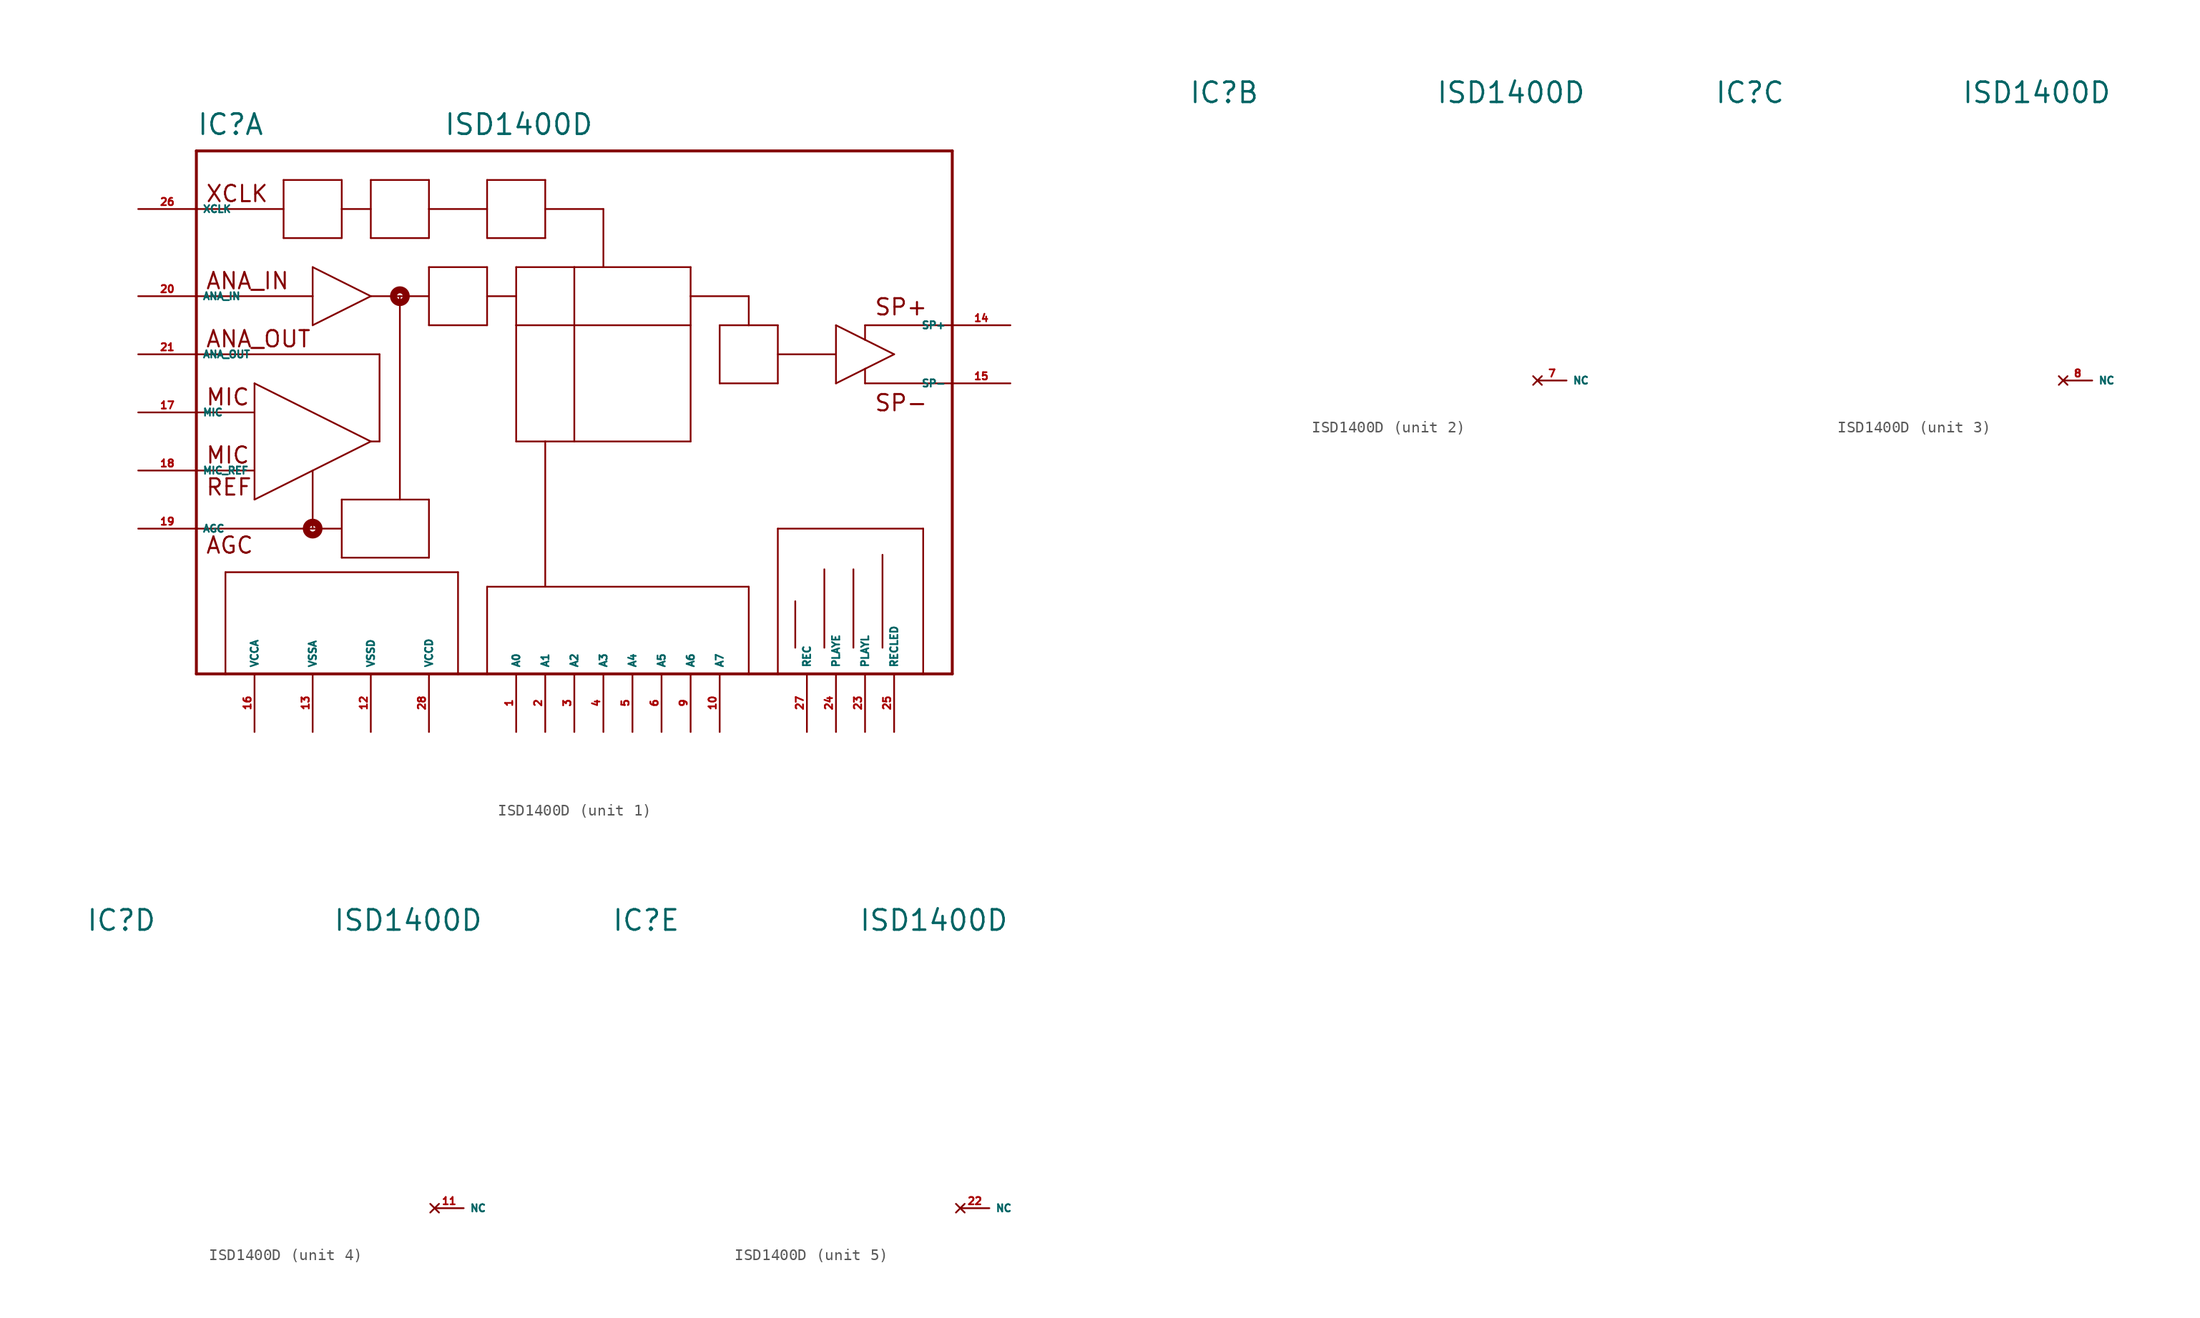
<source format=kicad_sym>
(kicad_symbol_lib
  (version 20220914)
  (generator Eagle2Kicad)
  (symbol "ISD1400D"
    (property "Reference" "IC"
      (at -33.02 24.13 0)
      (effects (font (size 1.778 1.778) (thickness 0.22)) (justify left bottom)))
    (property "Value" "ISD1400D"
      (at -11.43 24.13 0)
      (effects (font (size 1.778 1.778) (thickness 0.22)) (justify left bottom)))
    (symbol "ISD1400D_1_0"
      (polyline (pts (xy -33.02 22.86) (xy -33.02 17.78)) (stroke (width 0.254) (type default)) (fill (type none)))
      (polyline (pts (xy -33.02 17.78) (xy -33.02 10.16)) (stroke (width 0.254) (type default)) (fill (type none)))
      (polyline (pts (xy -33.02 10.16) (xy -33.02 5.08)) (stroke (width 0.254) (type default)) (fill (type none)))
      (polyline (pts (xy -33.02 5.08) (xy -33.02 0)) (stroke (width 0.254) (type default)) (fill (type none)))
      (polyline (pts (xy -33.02 0) (xy -33.02 -5.08)) (stroke (width 0.254) (type default)) (fill (type none)))
      (polyline (pts (xy -33.02 -5.08) (xy -33.02 -10.16)) (stroke (width 0.254) (type default)) (fill (type none)))
      (polyline (pts (xy -33.02 -10.16) (xy -33.02 -22.86)) (stroke (width 0.254) (type default)) (fill (type none)))
      (polyline (pts (xy -33.02 -22.86) (xy -30.48 -22.86)) (stroke (width 0.254) (type default)) (fill (type none)))
      (polyline (pts (xy -30.48 -22.86) (xy -10.16 -22.86)) (stroke (width 0.254) (type default)) (fill (type none)))
      (polyline (pts (xy -10.16 -22.86) (xy -7.62 -22.86)) (stroke (width 0.254) (type default)) (fill (type none)))
      (polyline (pts (xy -7.62 -22.86) (xy 15.24 -22.86)) (stroke (width 0.254) (type default)) (fill (type none)))
      (polyline (pts (xy 15.24 -22.86) (xy 17.78 -22.86)) (stroke (width 0.254) (type default)) (fill (type none)))
      (polyline (pts (xy 17.78 -22.86) (xy 30.48 -22.86)) (stroke (width 0.254) (type default)) (fill (type none)))
      (polyline (pts (xy 30.48 -22.86) (xy 33.02 -22.86)) (stroke (width 0.254) (type default)) (fill (type none)))
      (polyline (pts (xy 33.02 -22.86) (xy 33.02 2.54)) (stroke (width 0.254) (type default)) (fill (type none)))
      (polyline (pts (xy 33.02 2.54) (xy 33.02 7.62)) (stroke (width 0.254) (type default)) (fill (type none)))
      (polyline (pts (xy 33.02 7.62) (xy 33.02 22.86)) (stroke (width 0.254) (type default)) (fill (type none)))
      (polyline (pts (xy 33.02 22.86) (xy -33.02 22.86)) (stroke (width 0.254) (type default)) (fill (type none)))
      (polyline (pts (xy -33.02 17.78) (xy -25.4 17.78)) (stroke (width 0.152) (type default)) (fill (type none)))
      (polyline (pts (xy -33.02 10.16) (xy -22.86 10.16)) (stroke (width 0.152) (type default)) (fill (type none)))
      (polyline (pts (xy -22.86 10.16) (xy -22.86 12.7)) (stroke (width 0.152) (type default)) (fill (type none)))
      (polyline (pts (xy -22.86 12.7) (xy -17.78 10.16)) (stroke (width 0.152) (type default)) (fill (type none)))
      (polyline (pts (xy -17.78 10.16) (xy -22.86 7.62)) (stroke (width 0.152) (type default)) (fill (type none)))
      (polyline (pts (xy -22.86 7.62) (xy -22.86 10.16)) (stroke (width 0.152) (type default)) (fill (type none)))
      (polyline (pts (xy -33.02 0) (xy -27.94 0)) (stroke (width 0.152) (type default)) (fill (type none)))
      (polyline (pts (xy -33.02 -5.08) (xy -27.94 -5.08)) (stroke (width 0.152) (type default)) (fill (type none)))
      (polyline (pts (xy -27.94 2.54) (xy -27.94 -7.62)) (stroke (width 0.152) (type default)) (fill (type none)))
      (polyline (pts (xy -27.94 -7.62) (xy -22.86 -5.08)) (stroke (width 0.152) (type default)) (fill (type none)))
      (polyline (pts (xy -22.86 -5.08) (xy -17.78 -2.54)) (stroke (width 0.152) (type default)) (fill (type none)))
      (polyline (pts (xy -17.78 -2.54) (xy -27.94 2.54)) (stroke (width 0.152) (type default)) (fill (type none)))
      (polyline (pts (xy -17.78 -2.54) (xy -17.018 -2.54)) (stroke (width 0.152) (type default)) (fill (type none)))
      (polyline (pts (xy -17.018 -2.54) (xy -17.018 5.08)) (stroke (width 0.152) (type default)) (fill (type none)))
      (polyline (pts (xy -17.018 5.08) (xy -33.02 5.08)) (stroke (width 0.152) (type default)) (fill (type none)))
      (polyline (pts (xy -33.02 -10.16) (xy -22.86 -10.16)) (stroke (width 0.152) (type default)) (fill (type none)))
      (polyline (pts (xy -22.86 -10.16) (xy -20.32 -10.16)) (stroke (width 0.152) (type default)) (fill (type none)))
      (polyline (pts (xy -22.86 -5.08) (xy -22.86 -10.16)) (stroke (width 0.152) (type default)) (fill (type none)))
      (polyline (pts (xy -20.32 -7.62) (xy -20.32 -12.7)) (stroke (width 0.152) (type default)) (fill (type none)))
      (polyline (pts (xy -20.32 -12.7) (xy -12.7 -12.7)) (stroke (width 0.152) (type default)) (fill (type none)))
      (polyline (pts (xy -12.7 -12.7) (xy -12.7 -7.62)) (stroke (width 0.152) (type default)) (fill (type none)))
      (polyline (pts (xy -12.7 -7.62) (xy -15.24 -7.62)) (stroke (width 0.152) (type default)) (fill (type none)))
      (polyline (pts (xy -15.24 -7.62) (xy -20.32 -7.62)) (stroke (width 0.152) (type default)) (fill (type none)))
      (polyline (pts (xy -15.24 -7.62) (xy -15.24 10.16)) (stroke (width 0.152) (type default)) (fill (type none)))
      (polyline (pts (xy -15.24 10.16) (xy -17.78 10.16)) (stroke (width 0.152) (type default)) (fill (type none)))
      (polyline (pts (xy -15.24 10.16) (xy -12.7 10.16)) (stroke (width 0.152) (type default)) (fill (type none)))
      (polyline (pts (xy -12.7 12.7) (xy -12.7 7.62)) (stroke (width 0.152) (type default)) (fill (type none)))
      (polyline (pts (xy -12.7 7.62) (xy -7.62 7.62)) (stroke (width 0.152) (type default)) (fill (type none)))
      (polyline (pts (xy -7.62 7.62) (xy -7.62 10.16)) (stroke (width 0.152) (type default)) (fill (type none)))
      (polyline (pts (xy -7.62 10.16) (xy -7.62 12.7)) (stroke (width 0.152) (type default)) (fill (type none)))
      (polyline (pts (xy -7.62 12.7) (xy -12.7 12.7)) (stroke (width 0.152) (type default)) (fill (type none)))
      (polyline (pts (xy -25.4 20.32) (xy -25.4 15.24)) (stroke (width 0.152) (type default)) (fill (type none)))
      (polyline (pts (xy -25.4 15.24) (xy -20.32 15.24)) (stroke (width 0.152) (type default)) (fill (type none)))
      (polyline (pts (xy -20.32 15.24) (xy -20.32 17.78)) (stroke (width 0.152) (type default)) (fill (type none)))
      (polyline (pts (xy -20.32 17.78) (xy -20.32 20.32)) (stroke (width 0.152) (type default)) (fill (type none)))
      (polyline (pts (xy -20.32 20.32) (xy -25.4 20.32)) (stroke (width 0.152) (type default)) (fill (type none)))
      (polyline (pts (xy -20.32 17.78) (xy -17.78 17.78)) (stroke (width 0.152) (type default)) (fill (type none)))
      (polyline (pts (xy -17.78 20.32) (xy -17.78 15.24)) (stroke (width 0.152) (type default)) (fill (type none)))
      (polyline (pts (xy -17.78 15.24) (xy -12.7 15.24)) (stroke (width 0.152) (type default)) (fill (type none)))
      (polyline (pts (xy -12.7 15.24) (xy -12.7 17.78)) (stroke (width 0.152) (type default)) (fill (type none)))
      (polyline (pts (xy -12.7 17.78) (xy -12.7 20.32)) (stroke (width 0.152) (type default)) (fill (type none)))
      (polyline (pts (xy -12.7 20.32) (xy -17.78 20.32)) (stroke (width 0.152) (type default)) (fill (type none)))
      (polyline (pts (xy -12.7 17.78) (xy -7.62 17.78)) (stroke (width 0.152) (type default)) (fill (type none)))
      (polyline (pts (xy -7.62 20.32) (xy -7.62 15.24)) (stroke (width 0.152) (type default)) (fill (type none)))
      (polyline (pts (xy -7.62 15.24) (xy -2.54 15.24)) (stroke (width 0.152) (type default)) (fill (type none)))
      (polyline (pts (xy -2.54 15.24) (xy -2.54 17.78)) (stroke (width 0.152) (type default)) (fill (type none)))
      (polyline (pts (xy -2.54 17.78) (xy -2.54 20.32)) (stroke (width 0.152) (type default)) (fill (type none)))
      (polyline (pts (xy -2.54 20.32) (xy -7.62 20.32)) (stroke (width 0.152) (type default)) (fill (type none)))
      (polyline (pts (xy -2.54 17.78) (xy 2.54 17.78)) (stroke (width 0.152) (type default)) (fill (type none)))
      (polyline (pts (xy 2.54 17.78) (xy 2.54 12.7)) (stroke (width 0.152) (type default)) (fill (type none)))
      (polyline (pts (xy -5.08 12.7) (xy -5.08 10.16)) (stroke (width 0.152) (type default)) (fill (type none)))
      (polyline (pts (xy -5.08 10.16) (xy -5.08 7.62)) (stroke (width 0.152) (type default)) (fill (type none)))
      (polyline (pts (xy -5.08 7.62) (xy -5.08 -2.54)) (stroke (width 0.152) (type default)) (fill (type none)))
      (polyline (pts (xy -5.08 -2.54) (xy -2.54 -2.54)) (stroke (width 0.152) (type default)) (fill (type none)))
      (polyline (pts (xy -2.54 -2.54) (xy 0 -2.54)) (stroke (width 0.152) (type default)) (fill (type none)))
      (polyline (pts (xy 0 -2.54) (xy 10.16 -2.54)) (stroke (width 0.152) (type default)) (fill (type none)))
      (polyline (pts (xy 10.16 -2.54) (xy 10.16 7.62)) (stroke (width 0.152) (type default)) (fill (type none)))
      (polyline (pts (xy 10.16 7.62) (xy 10.16 10.16)) (stroke (width 0.152) (type default)) (fill (type none)))
      (polyline (pts (xy 10.16 10.16) (xy 10.16 12.7)) (stroke (width 0.152) (type default)) (fill (type none)))
      (polyline (pts (xy 10.16 12.7) (xy 0 12.7)) (stroke (width 0.152) (type default)) (fill (type none)))
      (polyline (pts (xy 0 12.7) (xy -5.08 12.7)) (stroke (width 0.152) (type default)) (fill (type none)))
      (polyline (pts (xy 0 12.7) (xy 0 -2.54)) (stroke (width 0.152) (type default)) (fill (type none)))
      (polyline (pts (xy -5.08 7.62) (xy 10.16 7.62)) (stroke (width 0.152) (type default)) (fill (type none)))
      (polyline (pts (xy -10.16 -22.86) (xy -10.16 -13.97)) (stroke (width 0.152) (type default)) (fill (type none)))
      (polyline (pts (xy -10.16 -13.97) (xy -30.48 -13.97)) (stroke (width 0.152) (type default)) (fill (type none)))
      (polyline (pts (xy -30.48 -13.97) (xy -30.48 -22.86)) (stroke (width 0.152) (type default)) (fill (type none)))
      (polyline (pts (xy -7.62 -22.86) (xy -7.62 -15.24)) (stroke (width 0.152) (type default)) (fill (type none)))
      (polyline (pts (xy -7.62 -15.24) (xy -2.54 -15.24)) (stroke (width 0.152) (type default)) (fill (type none)))
      (polyline (pts (xy -2.54 -15.24) (xy 15.24 -15.24)) (stroke (width 0.152) (type default)) (fill (type none)))
      (polyline (pts (xy 15.24 -15.24) (xy 15.24 -22.86)) (stroke (width 0.152) (type default)) (fill (type none)))
      (polyline (pts (xy 17.78 -22.86) (xy 17.78 -10.16)) (stroke (width 0.152) (type default)) (fill (type none)))
      (polyline (pts (xy 22.86 7.62) (xy 22.86 5.08)) (stroke (width 0.152) (type default)) (fill (type none)))
      (polyline (pts (xy 22.86 5.08) (xy 22.86 2.54)) (stroke (width 0.152) (type default)) (fill (type none)))
      (polyline (pts (xy 22.86 2.54) (xy 25.4 3.81)) (stroke (width 0.152) (type default)) (fill (type none)))
      (polyline (pts (xy 25.4 3.81) (xy 27.94 5.08)) (stroke (width 0.152) (type default)) (fill (type none)))
      (polyline (pts (xy 27.94 5.08) (xy 25.4 6.35)) (stroke (width 0.152) (type default)) (fill (type none)))
      (polyline (pts (xy 25.4 6.35) (xy 22.86 7.62)) (stroke (width 0.152) (type default)) (fill (type none)))
      (polyline (pts (xy 22.86 5.08) (xy 17.78 5.08)) (stroke (width 0.152) (type default)) (fill (type none)))
      (polyline (pts (xy 17.78 7.62) (xy 17.78 2.54)) (stroke (width 0.152) (type default)) (fill (type none)))
      (polyline (pts (xy 17.78 2.54) (xy 12.7 2.54)) (stroke (width 0.152) (type default)) (fill (type none)))
      (polyline (pts (xy 12.7 2.54) (xy 12.7 7.62)) (stroke (width 0.152) (type default)) (fill (type none)))
      (polyline (pts (xy 12.7 7.62) (xy 15.24 7.62)) (stroke (width 0.152) (type default)) (fill (type none)))
      (polyline (pts (xy 15.24 7.62) (xy 17.78 7.62)) (stroke (width 0.152) (type default)) (fill (type none)))
      (polyline (pts (xy 10.16 10.16) (xy 15.24 10.16)) (stroke (width 0.152) (type default)) (fill (type none)))
      (polyline (pts (xy 15.24 10.16) (xy 15.24 7.62)) (stroke (width 0.152) (type default)) (fill (type none)))
      (polyline (pts (xy 17.78 -10.16) (xy 30.48 -10.16)) (stroke (width 0.152) (type default)) (fill (type none)))
      (polyline (pts (xy 30.48 -10.16) (xy 30.48 -22.86)) (stroke (width 0.152) (type default)) (fill (type none)))
      (polyline (pts (xy -7.62 10.16) (xy -5.08 10.16)) (stroke (width 0.152) (type default)) (fill (type none)))
      (polyline (pts (xy -2.54 -2.54) (xy -2.54 -15.24)) (stroke (width 0.152) (type default)) (fill (type none)))
      (polyline (pts (xy 25.4 7.62) (xy 33.02 7.62)) (stroke (width 0.152) (type default)) (fill (type none)))
      (polyline (pts (xy 25.4 2.54) (xy 33.02 2.54)) (stroke (width 0.152) (type default)) (fill (type none)))
      (polyline (pts (xy 25.4 7.62) (xy 25.4 6.35)) (stroke (width 0.152) (type default)) (fill (type none)))
      (polyline (pts (xy 25.4 2.54) (xy 25.4 3.81)) (stroke (width 0.152) (type default)) (fill (type none)))
      (polyline (pts (xy 19.304 -20.574) (xy 19.304 -16.51)) (stroke (width 0.152) (type default)) (fill (type none)))
      (polyline (pts (xy 21.844 -20.574) (xy 21.844 -13.716)) (stroke (width 0.152) (type default)) (fill (type none)))
      (polyline (pts (xy 24.384 -20.574) (xy 24.384 -13.716)) (stroke (width 0.152) (type default)) (fill (type none)))
      (polyline (pts (xy 26.924 -20.574) (xy 26.924 -12.446)) (stroke (width 0.152) (type default)) (fill (type none)))
      (text "XCLK" (at -32.258 18.288 0) (effects (font (size 1.422 1.422) (thickness 0.18)) (justify left bottom)))
      (text "ANA_IN" (at -32.258 10.668 0) (effects (font (size 1.422 1.422) (thickness 0.18)) (justify left bottom)))
      (text "ANA_OUT" (at -32.258 5.588 0) (effects (font (size 1.422 1.422) (thickness 0.18)) (justify left bottom)))
      (text "MIC" (at -32.258 0.508 0) (effects (font (size 1.422 1.422) (thickness 0.18)) (justify left bottom)))
      (text "MIC " (at -32.258 -4.572 0) (effects (font (size 1.422 1.422) (thickness 0.18)) (justify left bottom)))
      (text "REF" (at -32.258 -7.366 0) (effects (font (size 1.422 1.422) (thickness 0.18)) (justify left bottom)))
      (text "AGC" (at -32.258 -12.446 0) (effects (font (size 1.422 1.422) (thickness 0.18)) (justify left bottom)))
      (text "SP+" (at 26.162 8.382 0) (effects (font (size 1.422 1.422) (thickness 0.18)) (justify left bottom)))
      (text "SP-" (at 26.162 0 0) (effects (font (size 1.422 1.422) (thickness 0.18)) (justify left bottom)))
      (circle (center -22.86 -10.16) (radius 0.254) (stroke (width 0.61) (type default)) (fill (type none)))
      (circle (center -15.24 10.16) (radius 0.254) (stroke (width 0.61) (type default)) (fill (type none)))
      (pin input line (at -38.1 17.78 0) (length 5.08) (name "XCLK" (effects (font (size 0.635 0.635) (thickness 0.08)) (justify left bottom))) (number "26" (effects (font (size 0.635 0.635) (thickness 0.08)) (justify left bottom))))
      (pin input line (at -38.1 10.16 0) (length 5.08) (name "ANA_IN" (effects (font (size 0.635 0.635) (thickness 0.08)) (justify left bottom))) (number "20" (effects (font (size 0.635 0.635) (thickness 0.08)) (justify left bottom))))
      (pin output line (at -38.1 5.08 0) (length 5.08) (name "ANA_OUT" (effects (font (size 0.635 0.635) (thickness 0.08)) (justify left bottom))) (number "21" (effects (font (size 0.635 0.635) (thickness 0.08)) (justify left bottom))))
      (pin input line (at -38.1 0 0) (length 5.08) (name "MIC" (effects (font (size 0.635 0.635) (thickness 0.08)) (justify left bottom))) (number "17" (effects (font (size 0.635 0.635) (thickness 0.08)) (justify left bottom))))
      (pin input line (at -38.1 -5.08 0) (length 5.08) (name "MIC_REF" (effects (font (size 0.635 0.635) (thickness 0.08)) (justify left bottom))) (number "18" (effects (font (size 0.635 0.635) (thickness 0.08)) (justify left bottom))))
      (pin passive line (at -38.1 -10.16 0) (length 5.08) (name "AGC" (effects (font (size 0.635 0.635) (thickness 0.08)) (justify left bottom))) (number "19" (effects (font (size 0.635 0.635) (thickness 0.08)) (justify left bottom))))
      (pin unspecified line (at -27.94 -27.94 90) (length 5.08) (name "VCCA" (effects (font (size 0.635 0.635) (thickness 0.08)) (justify left bottom))) (number "16" (effects (font (size 0.635 0.635) (thickness 0.08)) (justify left bottom))))
      (pin unspecified line (at -22.86 -27.94 90) (length 5.08) (name "VSSA" (effects (font (size 0.635 0.635) (thickness 0.08)) (justify left bottom))) (number "13" (effects (font (size 0.635 0.635) (thickness 0.08)) (justify left bottom))))
      (pin unspecified line (at -17.78 -27.94 90) (length 5.08) (name "VSSD" (effects (font (size 0.635 0.635) (thickness 0.08)) (justify left bottom))) (number "12" (effects (font (size 0.635 0.635) (thickness 0.08)) (justify left bottom))))
      (pin unspecified line (at -12.7 -27.94 90) (length 5.08) (name "VCCD" (effects (font (size 0.635 0.635) (thickness 0.08)) (justify left bottom))) (number "28" (effects (font (size 0.635 0.635) (thickness 0.08)) (justify left bottom))))
      (pin output line (at -5.08 -27.94 90) (length 5.08) (name "A0" (effects (font (size 0.635 0.635) (thickness 0.08)) (justify left bottom))) (number "1" (effects (font (size 0.635 0.635) (thickness 0.08)) (justify left bottom))))
      (pin output line (at -2.54 -27.94 90) (length 5.08) (name "A1" (effects (font (size 0.635 0.635) (thickness 0.08)) (justify left bottom))) (number "2" (effects (font (size 0.635 0.635) (thickness 0.08)) (justify left bottom))))
      (pin output line (at 0 -27.94 90) (length 5.08) (name "A2" (effects (font (size 0.635 0.635) (thickness 0.08)) (justify left bottom))) (number "3" (effects (font (size 0.635 0.635) (thickness 0.08)) (justify left bottom))))
      (pin output line (at 2.54 -27.94 90) (length 5.08) (name "A3" (effects (font (size 0.635 0.635) (thickness 0.08)) (justify left bottom))) (number "4" (effects (font (size 0.635 0.635) (thickness 0.08)) (justify left bottom))))
      (pin output line (at 5.08 -27.94 90) (length 5.08) (name "A4" (effects (font (size 0.635 0.635) (thickness 0.08)) (justify left bottom))) (number "5" (effects (font (size 0.635 0.635) (thickness 0.08)) (justify left bottom))))
      (pin output line (at 7.62 -27.94 90) (length 5.08) (name "A5" (effects (font (size 0.635 0.635) (thickness 0.08)) (justify left bottom))) (number "6" (effects (font (size 0.635 0.635) (thickness 0.08)) (justify left bottom))))
      (pin output line (at 10.16 -27.94 90) (length 5.08) (name "A6" (effects (font (size 0.635 0.635) (thickness 0.08)) (justify left bottom))) (number "9" (effects (font (size 0.635 0.635) (thickness 0.08)) (justify left bottom))))
      (pin output line (at 12.7 -27.94 90) (length 5.08) (name "A7" (effects (font (size 0.635 0.635) (thickness 0.08)) (justify left bottom))) (number "10" (effects (font (size 0.635 0.635) (thickness 0.08)) (justify left bottom))))
      (pin input line (at 20.32 -27.94 90) (length 5.08) (name "REC" (effects (font (size 0.635 0.635) (thickness 0.08)) (justify left bottom))) (number "27" (effects (font (size 0.635 0.635) (thickness 0.08)) (justify left bottom))))
      (pin input line (at 22.86 -27.94 90) (length 5.08) (name "PLAYE" (effects (font (size 0.635 0.635) (thickness 0.08)) (justify left bottom))) (number "24" (effects (font (size 0.635 0.635) (thickness 0.08)) (justify left bottom))))
      (pin input line (at 25.4 -27.94 90) (length 5.08) (name "PLAYL" (effects (font (size 0.635 0.635) (thickness 0.08)) (justify left bottom))) (number "23" (effects (font (size 0.635 0.635) (thickness 0.08)) (justify left bottom))))
      (pin output line (at 27.94 -27.94 90) (length 5.08) (name "RECLED" (effects (font (size 0.635 0.635) (thickness 0.08)) (justify left bottom))) (number "25" (effects (font (size 0.635 0.635) (thickness 0.08)) (justify left bottom))))
      (pin output line (at 38.1 2.54 180) (length 5.08) (name "SP-" (effects (font (size 0.635 0.635) (thickness 0.08)) (justify left bottom))) (number "15" (effects (font (size 0.635 0.635) (thickness 0.08)) (justify left bottom))))
      (pin output line (at 38.1 7.62 180) (length 5.08) (name "SP+" (effects (font (size 0.635 0.635) (thickness 0.08)) (justify left bottom))) (number "14" (effects (font (size 0.635 0.635) (thickness 0.08)) (justify left bottom)))))
    (symbol "ISD1400D_2_0"
      (pin no_connect line (at -2.54 0 0) (length 2.54) (name "NC" (effects (font (size 0.635 0.635) (thickness 0.08)) (justify left bottom) hide)) (number "7" (effects (font (size 0.635 0.635) (thickness 0.08)) (justify left bottom) hide))))
    (symbol "ISD1400D_3_0"
      (pin no_connect line (at -2.54 0 0) (length 2.54) (name "NC" (effects (font (size 0.635 0.635) (thickness 0.08)) (justify left bottom) hide)) (number "8" (effects (font (size 0.635 0.635) (thickness 0.08)) (justify left bottom) hide))))
    (symbol "ISD1400D_4_0"
      (pin no_connect line (at -2.54 0 0) (length 2.54) (name "NC" (effects (font (size 0.635 0.635) (thickness 0.08)) (justify left bottom) hide)) (number "11" (effects (font (size 0.635 0.635) (thickness 0.08)) (justify left bottom) hide))))
    (symbol "ISD1400D_5_0"
      (pin no_connect line (at -2.54 0 0) (length 2.54) (name "NC" (effects (font (size 0.635 0.635) (thickness 0.08)) (justify left bottom) hide)) (number "22" (effects (font (size 0.635 0.635) (thickness 0.08)) (justify left bottom) hide))))))
</source>
